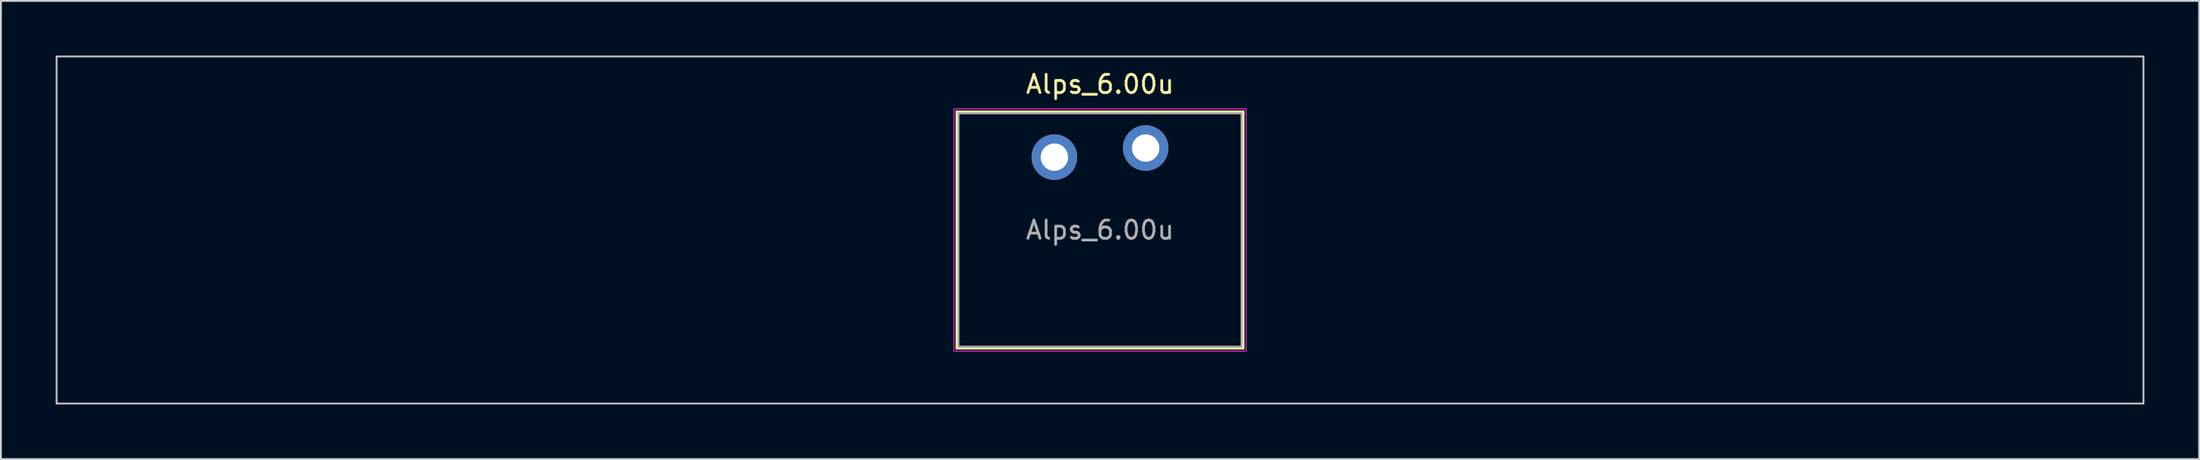
<source format=kicad_pcb>
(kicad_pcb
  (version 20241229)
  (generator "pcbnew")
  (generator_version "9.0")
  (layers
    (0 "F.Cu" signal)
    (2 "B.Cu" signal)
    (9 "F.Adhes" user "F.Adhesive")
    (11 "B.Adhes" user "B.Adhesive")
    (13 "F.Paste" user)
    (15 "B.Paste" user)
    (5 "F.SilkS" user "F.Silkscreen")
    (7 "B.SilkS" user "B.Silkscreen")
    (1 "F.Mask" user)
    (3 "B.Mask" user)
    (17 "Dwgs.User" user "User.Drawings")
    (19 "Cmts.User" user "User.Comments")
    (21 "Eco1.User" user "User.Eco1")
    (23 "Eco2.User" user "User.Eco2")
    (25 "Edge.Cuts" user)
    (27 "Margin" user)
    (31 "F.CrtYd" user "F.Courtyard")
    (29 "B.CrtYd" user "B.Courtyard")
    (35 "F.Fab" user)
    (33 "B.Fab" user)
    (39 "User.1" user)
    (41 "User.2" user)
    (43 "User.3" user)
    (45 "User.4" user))
  (footprint "Alps_6.00u"
    (layer "F.Cu")
    (at 57.2 9.575)
    (property "Reference" "Alps_6.00u" (at 0 -8 0) (layer "F.SilkS") (effects (font (size 1 1) (thickness 0.15))))
    (attr through_hole)
    (fp_line (start -7.85 -6.5) (end -7.85 6.5) (stroke (width 0.12) (type solid)) (layer "F.SilkS"))
    (fp_line (start -7.85 6.5) (end 7.85 6.5) (stroke (width 0.12) (type solid)) (layer "F.SilkS"))
    (fp_line (start 7.85 -6.5) (end -7.85 -6.5) (stroke (width 0.12) (type solid)) (layer "F.SilkS"))
    (fp_line (start 7.85 6.5) (end 7.85 -6.5) (stroke (width 0.12) (type solid)) (layer "F.SilkS"))
    (fp_line (start -57.15 -9.525) (end -57.15 9.525) (stroke (width 0.1) (type solid)) (layer "Dwgs.User"))
    (fp_line (start -57.15 9.525) (end 57.15 9.525) (stroke (width 0.1) (type solid)) (layer "Dwgs.User"))
    (fp_line (start 57.15 -9.525) (end -57.15 -9.525) (stroke (width 0.1) (type solid)) (layer "Dwgs.User"))
    (fp_line (start 57.15 9.525) (end 57.15 -9.525) (stroke (width 0.1) (type solid)) (layer "Dwgs.User"))
    (fp_line (start -7.75 -6.4) (end -7.75 6.4) (stroke (width 0.1) (type solid)) (layer "Eco1.User"))
    (fp_line (start -7.75 6.4) (end 7.75 6.4) (stroke (width 0.1) (type solid)) (layer "Eco1.User"))
    (fp_line (start 7.75 -6.4) (end -7.75 -6.4) (stroke (width 0.1) (type solid)) (layer "Eco1.User"))
    (fp_line (start 7.75 6.4) (end 7.75 -6.4) (stroke (width 0.1) (type solid)) (layer "Eco1.User"))
    (fp_line (start -8 -6.65) (end -8 6.65) (stroke (width 0.05) (type solid)) (layer "F.CrtYd"))
    (fp_line (start -8 6.65) (end 8 6.65) (stroke (width 0.05) (type solid)) (layer "F.CrtYd"))
    (fp_line (start 8 -6.65) (end -8 -6.65) (stroke (width 0.05) (type solid)) (layer "F.CrtYd"))
    (fp_line (start 8 6.65) (end 8 -6.65) (stroke (width 0.05) (type solid)) (layer "F.CrtYd"))
    (fp_line (start -7.75 -6.4) (end -7.75 6.4) (stroke (width 0.1) (type solid)) (layer "F.Fab"))
    (fp_line (start -7.75 6.4) (end 7.75 6.4) (stroke (width 0.1) (type solid)) (layer "F.Fab"))
    (fp_line (start 7.75 -6.4) (end -7.75 -6.4) (stroke (width 0.1) (type solid)) (layer "F.Fab"))
    (fp_line (start 7.75 6.4) (end 7.75 -6.4) (stroke (width 0.1) (type solid)) (layer "F.Fab"))
    (fp_text user "${REFERENCE}" (at 0 0 0) (layer "F.Fab") (effects (font (size 1 1) (thickness 0.15))))
    (pad "1" thru_hole circle (at -2.5 -4) (size 2.5 2.5) (drill 1.5) (layers "*.Cu" "*.Mask"))
    (pad "2" thru_hole circle (at 2.5 -4.5) (size 2.5 2.5) (drill 1.5) (layers "*.Cu" "*.Mask")))
  (gr_rect
    (start -3 -3)
    (end 117.4 22.15)
    (stroke (width 0.1) (type default))
    (fill no)
    (layer "Edge.Cuts")))
</source>
